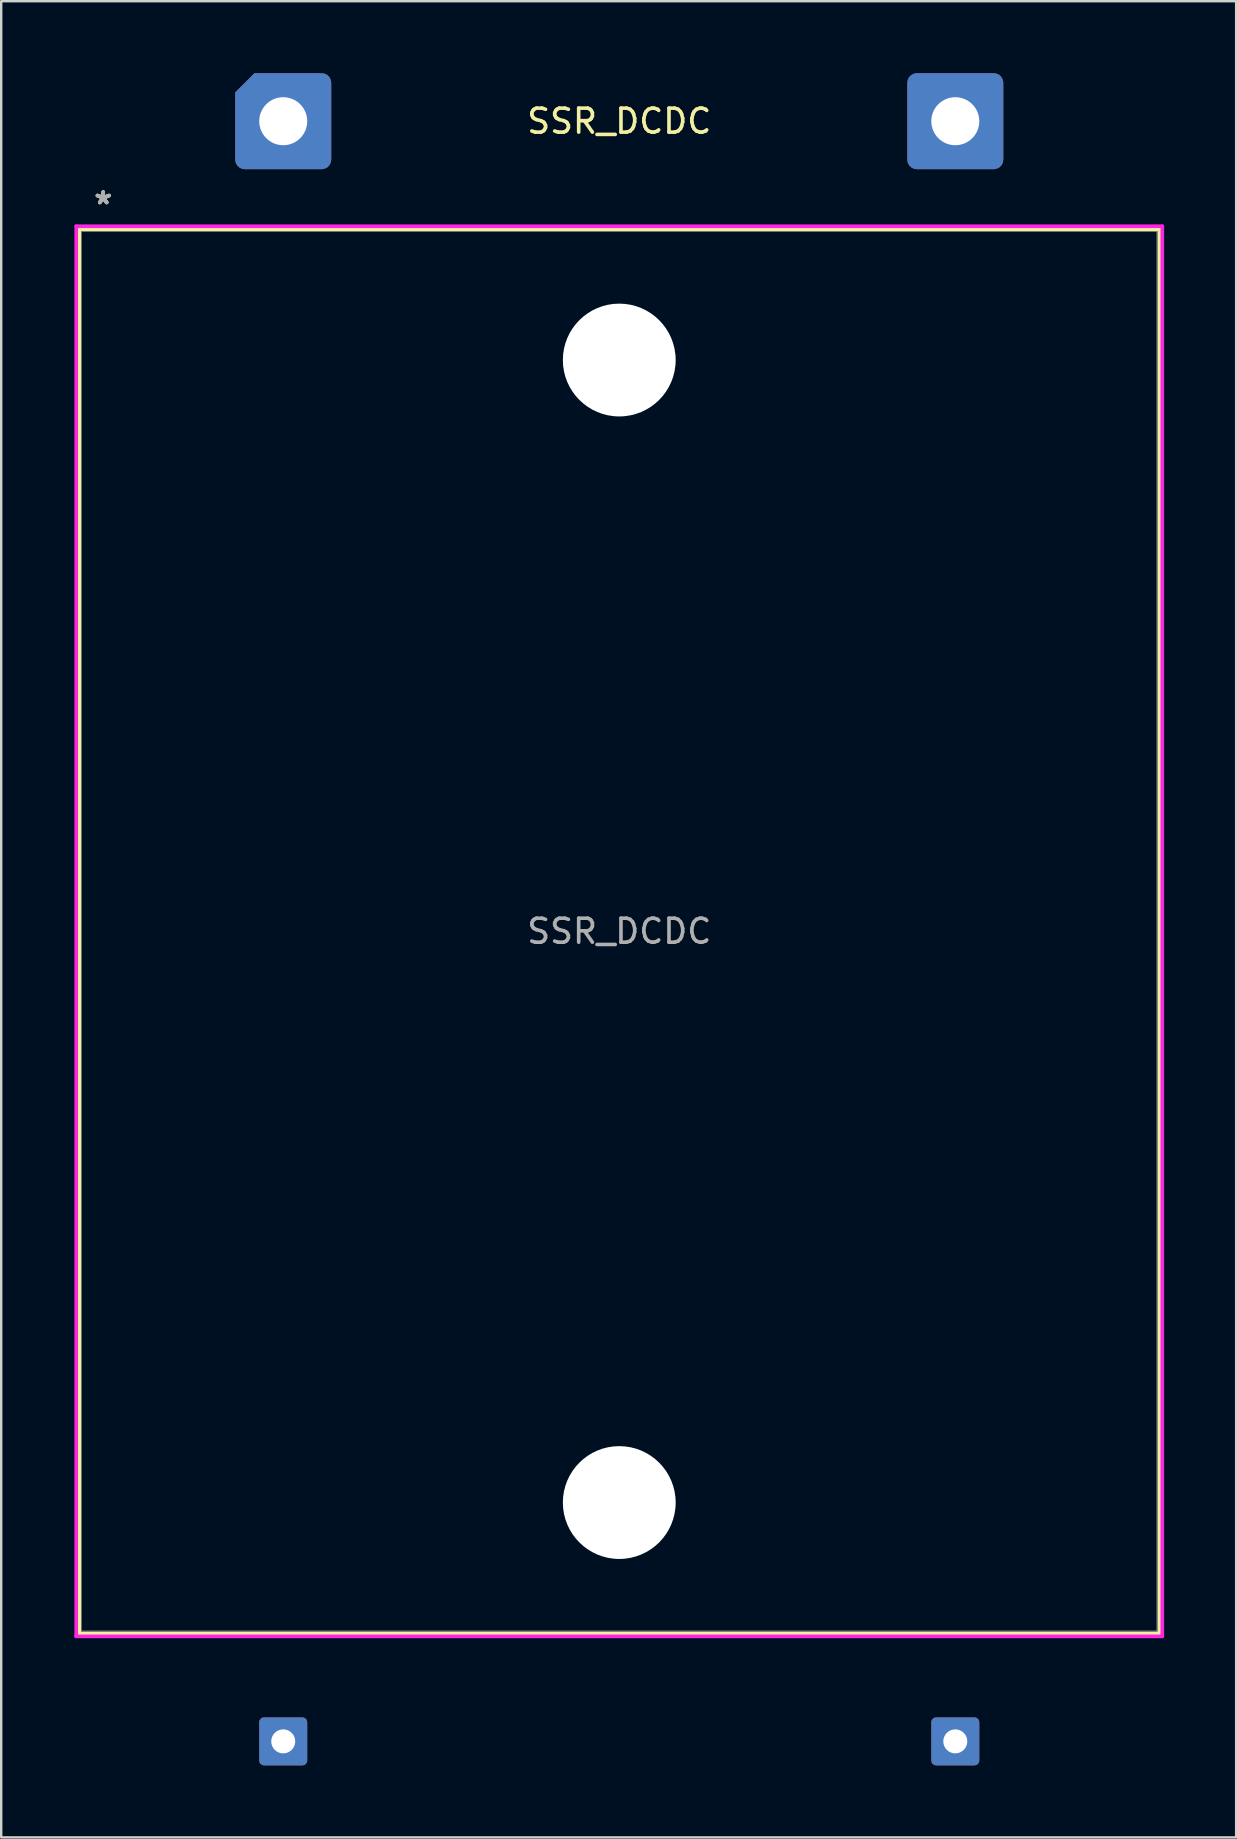
<source format=kicad_pcb>
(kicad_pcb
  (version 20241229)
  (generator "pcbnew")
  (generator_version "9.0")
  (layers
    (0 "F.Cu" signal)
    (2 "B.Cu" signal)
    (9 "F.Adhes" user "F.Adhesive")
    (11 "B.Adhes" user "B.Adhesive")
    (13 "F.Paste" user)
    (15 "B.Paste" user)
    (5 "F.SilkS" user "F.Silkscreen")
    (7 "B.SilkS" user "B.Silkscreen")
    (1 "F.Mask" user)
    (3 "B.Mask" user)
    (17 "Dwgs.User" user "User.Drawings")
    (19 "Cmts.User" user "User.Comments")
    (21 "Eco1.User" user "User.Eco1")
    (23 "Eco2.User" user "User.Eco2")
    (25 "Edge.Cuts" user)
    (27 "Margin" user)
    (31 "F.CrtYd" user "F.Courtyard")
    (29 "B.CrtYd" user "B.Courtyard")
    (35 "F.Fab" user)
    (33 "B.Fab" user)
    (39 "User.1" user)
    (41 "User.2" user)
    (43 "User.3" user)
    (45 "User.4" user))
  (footprint "SSR_DCDC"
    (layer "F.Cu")
    (at 0.25 6.5)
    (property "Reference" "SSR_DCDC" (at 22.5 -4.5 0) (unlocked yes) (layer "F.SilkS") (effects (font (size 1 1) (thickness 0.15))))
    (attr through_hole)
    (fp_line (start 0 0) (end 0 58.5) (stroke (width 0.152) (type solid)) (layer "F.SilkS"))
    (fp_line (start 0 58.5) (end 45 58.5) (stroke (width 0.152) (type solid)) (layer "F.SilkS"))
    (fp_line (start 45 0) (end 0 0) (stroke (width 0.152) (type solid)) (layer "F.SilkS"))
    (fp_line (start 45 58.5) (end 45 0) (stroke (width 0.152) (type solid)) (layer "F.SilkS"))
    (fp_line (start -0.125 -0.125) (end 45.125 -0.125) (stroke (width 0.152) (type solid)) (layer "F.CrtYd"))
    (fp_line (start -0.125 58.625) (end -0.125 -0.125) (stroke (width 0.152) (type solid)) (layer "F.CrtYd"))
    (fp_line (start 45.125 -0.125) (end 45.125 58.625) (stroke (width 0.152) (type solid)) (layer "F.CrtYd"))
    (fp_line (start 45.125 58.625) (end -0.125 58.625) (stroke (width 0.152) (type solid)) (layer "F.CrtYd"))
    (fp_line (start 0.1 0.1) (end 44.9 0.1) (stroke (width 0.025) (type solid)) (layer "F.Fab"))
    (fp_line (start 0.1 58.4) (end 0.1 0.1) (stroke (width 0.025) (type solid)) (layer "F.Fab"))
    (fp_line (start 0.1 58.4) (end 44.9 58.4) (stroke (width 0.025) (type solid)) (layer "F.Fab"))
    (fp_line (start 44.9 58.4) (end 44.9 0.1) (stroke (width 0.025) (type solid)) (layer "F.Fab"))
    (fp_text user "*" (at 1 -1 0) (unlocked yes) (layer "F.SilkS") (effects (font (size 1 1) (thickness 0.15))))
    (fp_text user "*" (at 1 -1 0) (layer "F.SilkS") (effects (font (size 1 1) (thickness 0.15))))
    (fp_text user "${REFERENCE}" (at 22.5 29.25 0) (unlocked yes) (layer "F.Fab") (effects (font (size 1 1) (thickness 0.15))))
    (fp_text user "*" (at 1 -1 0) (layer "F.Fab") (effects (font (size 1 1) (thickness 0.15))))
    (fp_text user "*" (at 1 -1 0) (unlocked yes) (layer "F.Fab") (effects (font (size 1 1) (thickness 0.15))))
    (pad "" np_thru_hole circle (at 22.5 5.45) (size 4.7 4.7) (drill 4.7) (layers "*.Cu" "*.Mask"))
    (pad "" np_thru_hole circle (at 22.5 53.05) (size 4.7 4.7) (drill 4.7) (layers "*.Cu" "*.Mask"))
    (pad "1-" thru_hole roundrect (at 8.5 -4.5) (size 4 4) (drill 2) (layers "*.Cu" "*.Mask") (roundrect_rratio 0.1) (chamfer_ratio 0.2) (chamfer top_left))
    (pad "2+" thru_hole roundrect (at 36.5 -4.5) (size 4 4) (drill 2) (layers "*.Cu" "*.Mask") (roundrect_rratio 0.1) (chamfer_ratio 0.2) (chamfer))
    (pad "3+" thru_hole roundrect (at 36.5 63) (size 2 2) (drill 1) (layers "*.Cu" "*.Mask") (roundrect_rratio 0.1) (chamfer_ratio 0.2) (chamfer))
    (pad "4-" thru_hole roundrect (at 8.5 63) (size 2 2) (drill 1) (layers "*.Cu" "*.Mask") (roundrect_rratio 0.1) (chamfer_ratio 0.2) (chamfer)))
  (gr_rect
    (start -3 -3)
    (end 48.451 73.5)
    (stroke (width 0.1) (type default))
    (fill no)
    (layer "Edge.Cuts")))
</source>
